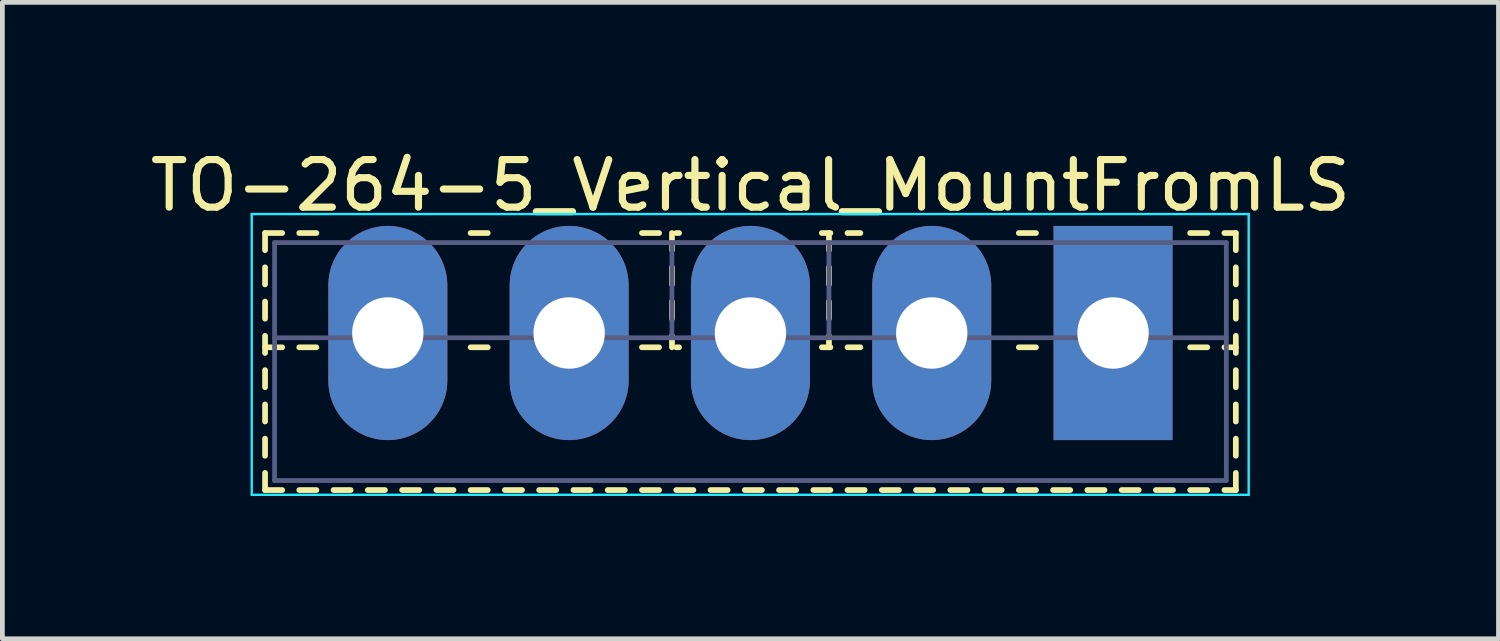
<source format=kicad_pcb>
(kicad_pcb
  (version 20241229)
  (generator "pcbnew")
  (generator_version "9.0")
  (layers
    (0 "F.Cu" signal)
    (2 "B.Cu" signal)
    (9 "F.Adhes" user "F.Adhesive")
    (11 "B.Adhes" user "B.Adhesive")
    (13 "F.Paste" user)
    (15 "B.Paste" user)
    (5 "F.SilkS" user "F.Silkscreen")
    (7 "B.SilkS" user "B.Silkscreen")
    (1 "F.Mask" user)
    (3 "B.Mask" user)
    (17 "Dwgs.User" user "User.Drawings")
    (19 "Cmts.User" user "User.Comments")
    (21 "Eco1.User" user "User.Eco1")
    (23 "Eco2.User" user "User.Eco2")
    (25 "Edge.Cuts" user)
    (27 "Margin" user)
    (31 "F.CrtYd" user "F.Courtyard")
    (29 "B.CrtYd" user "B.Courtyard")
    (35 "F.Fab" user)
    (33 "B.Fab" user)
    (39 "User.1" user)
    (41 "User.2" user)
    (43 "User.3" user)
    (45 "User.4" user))
  (footprint "TO-264-5_Vertical_MountFromLS"
    (layer "F.Cu")
    (at 20.34 3.948)
    (property "Reference" "TO-264-5_Vertical_MountFromLS" (at -7.62 -3.1 0) (layer "F.SilkS") (effects (font (size 1 1) (thickness 0.15))))
    (attr through_hole)
    (fp_line (start -17.82 -2.101) (end -17.82 -1.741) (stroke (width 0.12) (type solid)) (layer "F.SilkS"))
    (fp_line (start -17.82 -2.101) (end -17.46 -2.101) (stroke (width 0.12) (type solid)) (layer "F.SilkS"))
    (fp_line (start -17.82 -1.381) (end -17.82 -1.021) (stroke (width 0.12) (type solid)) (layer "F.SilkS"))
    (fp_line (start -17.82 -0.661) (end -17.82 -0.301) (stroke (width 0.12) (type solid)) (layer "F.SilkS"))
    (fp_line (start -17.82 0.06) (end -17.82 0.42) (stroke (width 0.12) (type solid)) (layer "F.SilkS"))
    (fp_line (start -17.82 0.3) (end -17.46 0.3) (stroke (width 0.12) (type solid)) (layer "F.SilkS"))
    (fp_line (start -17.82 0.78) (end -17.82 1.14) (stroke (width 0.12) (type solid)) (layer "F.SilkS"))
    (fp_line (start -17.82 1.5) (end -17.82 1.86) (stroke (width 0.12) (type solid)) (layer "F.SilkS"))
    (fp_line (start -17.82 2.22) (end -17.82 2.58) (stroke (width 0.12) (type solid)) (layer "F.SilkS"))
    (fp_line (start -17.82 2.94) (end -17.82 3.3) (stroke (width 0.12) (type solid)) (layer "F.SilkS"))
    (fp_line (start -17.82 3.3) (end -17.46 3.3) (stroke (width 0.12) (type solid)) (layer "F.SilkS"))
    (fp_line (start -17.101 -2.101) (end -16.741 -2.101) (stroke (width 0.12) (type solid)) (layer "F.SilkS"))
    (fp_line (start -17.101 0.3) (end -16.741 0.3) (stroke (width 0.12) (type solid)) (layer "F.SilkS"))
    (fp_line (start -17.101 3.3) (end -16.741 3.3) (stroke (width 0.12) (type solid)) (layer "F.SilkS"))
    (fp_line (start -16.381 3.3) (end -16.021 3.3) (stroke (width 0.12) (type solid)) (layer "F.SilkS"))
    (fp_line (start -15.661 3.3) (end -15.301 3.3) (stroke (width 0.12) (type solid)) (layer "F.SilkS"))
    (fp_line (start -14.94 3.3) (end -14.58 3.3) (stroke (width 0.12) (type solid)) (layer "F.SilkS"))
    (fp_line (start -14.22 3.3) (end -13.86 3.3) (stroke (width 0.12) (type solid)) (layer "F.SilkS"))
    (fp_line (start -13.5 -2.101) (end -13.14 -2.101) (stroke (width 0.12) (type solid)) (layer "F.SilkS"))
    (fp_line (start -13.5 0.3) (end -13.14 0.3) (stroke (width 0.12) (type solid)) (layer "F.SilkS"))
    (fp_line (start -13.5 3.3) (end -13.14 3.3) (stroke (width 0.12) (type solid)) (layer "F.SilkS"))
    (fp_line (start -12.78 3.3) (end -12.42 3.3) (stroke (width 0.12) (type solid)) (layer "F.SilkS"))
    (fp_line (start -12.06 3.3) (end -11.7 3.3) (stroke (width 0.12) (type solid)) (layer "F.SilkS"))
    (fp_line (start -11.34 3.3) (end -10.98 3.3) (stroke (width 0.12) (type solid)) (layer "F.SilkS"))
    (fp_line (start -10.62 3.3) (end -10.26 3.3) (stroke (width 0.12) (type solid)) (layer "F.SilkS"))
    (fp_line (start -9.9 -2.101) (end -9.54 -2.101) (stroke (width 0.12) (type solid)) (layer "F.SilkS"))
    (fp_line (start -9.9 0.3) (end -9.54 0.3) (stroke (width 0.12) (type solid)) (layer "F.SilkS"))
    (fp_line (start -9.9 3.3) (end -9.54 3.3) (stroke (width 0.12) (type solid)) (layer "F.SilkS"))
    (fp_line (start -9.269 -2.101) (end -9.269 -1.741) (stroke (width 0.12) (type solid)) (layer "F.SilkS"))
    (fp_line (start -9.269 -1.381) (end -9.269 -1.021) (stroke (width 0.12) (type solid)) (layer "F.SilkS"))
    (fp_line (start -9.269 -0.661) (end -9.269 -0.301) (stroke (width 0.12) (type solid)) (layer "F.SilkS"))
    (fp_line (start -9.269 0.06) (end -9.269 0.3) (stroke (width 0.12) (type solid)) (layer "F.SilkS"))
    (fp_line (start -9.18 -2.101) (end -9.12 -2.101) (stroke (width 0.12) (type solid)) (layer "F.SilkS"))
    (fp_line (start -9.18 0.3) (end -9.12 0.3) (stroke (width 0.12) (type solid)) (layer "F.SilkS"))
    (fp_line (start -9.18 3.3) (end -8.819 3.3) (stroke (width 0.12) (type solid)) (layer "F.SilkS"))
    (fp_line (start -8.459 3.3) (end -8.099 3.3) (stroke (width 0.12) (type solid)) (layer "F.SilkS"))
    (fp_line (start -7.739 3.3) (end -7.379 3.3) (stroke (width 0.12) (type solid)) (layer "F.SilkS"))
    (fp_line (start -7.019 3.3) (end -6.659 3.3) (stroke (width 0.12) (type solid)) (layer "F.SilkS"))
    (fp_line (start -6.299 3.3) (end -5.94 3.3) (stroke (width 0.12) (type solid)) (layer "F.SilkS"))
    (fp_line (start -6.12 -2.101) (end -5.94 -2.101) (stroke (width 0.12) (type solid)) (layer "F.SilkS"))
    (fp_line (start -6.12 0.3) (end -5.94 0.3) (stroke (width 0.12) (type solid)) (layer "F.SilkS"))
    (fp_line (start -5.97 -2.101) (end -5.97 -1.741) (stroke (width 0.12) (type solid)) (layer "F.SilkS"))
    (fp_line (start -5.97 -1.381) (end -5.97 -1.021) (stroke (width 0.12) (type solid)) (layer "F.SilkS"))
    (fp_line (start -5.97 -0.661) (end -5.97 -0.301) (stroke (width 0.12) (type solid)) (layer "F.SilkS"))
    (fp_line (start -5.97 0.06) (end -5.97 0.3) (stroke (width 0.12) (type solid)) (layer "F.SilkS"))
    (fp_line (start -5.58 -2.101) (end -5.31 -2.101) (stroke (width 0.12) (type solid)) (layer "F.SilkS"))
    (fp_line (start -5.58 0.3) (end -5.31 0.3) (stroke (width 0.12) (type solid)) (layer "F.SilkS"))
    (fp_line (start -5.58 3.3) (end -5.22 3.3) (stroke (width 0.12) (type solid)) (layer "F.SilkS"))
    (fp_line (start -4.86 3.3) (end -4.5 3.3) (stroke (width 0.12) (type solid)) (layer "F.SilkS"))
    (fp_line (start -4.14 3.3) (end -3.78 3.3) (stroke (width 0.12) (type solid)) (layer "F.SilkS"))
    (fp_line (start -3.42 3.3) (end -3.06 3.3) (stroke (width 0.12) (type solid)) (layer "F.SilkS"))
    (fp_line (start -2.7 3.3) (end -2.34 3.3) (stroke (width 0.12) (type solid)) (layer "F.SilkS"))
    (fp_line (start -1.98 -2.101) (end -1.62 -2.101) (stroke (width 0.12) (type solid)) (layer "F.SilkS"))
    (fp_line (start -1.98 0.3) (end -1.62 0.3) (stroke (width 0.12) (type solid)) (layer "F.SilkS"))
    (fp_line (start -1.98 3.3) (end -1.62 3.3) (stroke (width 0.12) (type solid)) (layer "F.SilkS"))
    (fp_line (start -1.26 3.3) (end -0.9 3.3) (stroke (width 0.12) (type solid)) (layer "F.SilkS"))
    (fp_line (start -0.54 3.3) (end -0.18 3.3) (stroke (width 0.12) (type solid)) (layer "F.SilkS"))
    (fp_line (start 0.18 3.3) (end 0.54 3.3) (stroke (width 0.12) (type solid)) (layer "F.SilkS"))
    (fp_line (start 0.9 3.3) (end 1.26 3.3) (stroke (width 0.12) (type solid)) (layer "F.SilkS"))
    (fp_line (start 1.62 -2.101) (end 1.98 -2.101) (stroke (width 0.12) (type solid)) (layer "F.SilkS"))
    (fp_line (start 1.62 0.3) (end 1.98 0.3) (stroke (width 0.12) (type solid)) (layer "F.SilkS"))
    (fp_line (start 1.62 3.3) (end 1.98 3.3) (stroke (width 0.12) (type solid)) (layer "F.SilkS"))
    (fp_line (start 2.34 -2.101) (end 2.58 -2.101) (stroke (width 0.12) (type solid)) (layer "F.SilkS"))
    (fp_line (start 2.34 0.3) (end 2.58 0.3) (stroke (width 0.12) (type solid)) (layer "F.SilkS"))
    (fp_line (start 2.34 3.3) (end 2.58 3.3) (stroke (width 0.12) (type solid)) (layer "F.SilkS"))
    (fp_line (start 2.58 -2.101) (end 2.58 -1.741) (stroke (width 0.12) (type solid)) (layer "F.SilkS"))
    (fp_line (start 2.58 -1.381) (end 2.58 -1.021) (stroke (width 0.12) (type solid)) (layer "F.SilkS"))
    (fp_line (start 2.58 -0.661) (end 2.58 -0.301) (stroke (width 0.12) (type solid)) (layer "F.SilkS"))
    (fp_line (start 2.58 0.06) (end 2.58 0.42) (stroke (width 0.12) (type solid)) (layer "F.SilkS"))
    (fp_line (start 2.58 0.78) (end 2.58 1.14) (stroke (width 0.12) (type solid)) (layer "F.SilkS"))
    (fp_line (start 2.58 1.5) (end 2.58 1.86) (stroke (width 0.12) (type solid)) (layer "F.SilkS"))
    (fp_line (start 2.58 2.22) (end 2.58 2.58) (stroke (width 0.12) (type solid)) (layer "F.SilkS"))
    (fp_line (start 2.58 2.94) (end 2.58 3.3) (stroke (width 0.12) (type solid)) (layer "F.SilkS"))
    (fp_line (start -18.1 -2.5) (end -18.1 3.4) (stroke (width 0.05) (type solid)) (layer "B.CrtYd"))
    (fp_line (start -18.1 3.4) (end 2.85 3.4) (stroke (width 0.05) (type solid)) (layer "B.CrtYd"))
    (fp_line (start 2.85 -2.5) (end -18.1 -2.5) (stroke (width 0.05) (type solid)) (layer "B.CrtYd"))
    (fp_line (start 2.85 3.4) (end 2.85 -2.5) (stroke (width 0.05) (type solid)) (layer "B.CrtYd"))
    (fp_line (start -17.62 -1.9) (end -17.62 3.1) (stroke (width 0.1) (type solid)) (layer "B.Fab"))
    (fp_line (start -17.62 0.1) (end 2.38 0.1) (stroke (width 0.1) (type solid)) (layer "B.Fab"))
    (fp_line (start -17.62 3.1) (end 2.38 3.1) (stroke (width 0.1) (type solid)) (layer "B.Fab"))
    (fp_line (start -9.27 -1.9) (end -9.27 0.1) (stroke (width 0.1) (type solid)) (layer "B.Fab"))
    (fp_line (start -5.97 -1.9) (end -5.97 0.1) (stroke (width 0.1) (type solid)) (layer "B.Fab"))
    (fp_line (start 2.38 -1.9) (end -17.62 -1.9) (stroke (width 0.1) (type solid)) (layer "B.Fab"))
    (fp_line (start 2.38 3.1) (end 2.38 -1.9) (stroke (width 0.1) (type solid)) (layer "B.Fab"))
    (pad "1" thru_hole rect (at 0 0) (size 2.5 4.5) (drill 1.5) (layers "*.Cu" "*.Mask"))
    (pad "2" thru_hole oval (at -3.81 0) (size 2.5 4.5) (drill 1.5) (layers "*.Cu" "*.Mask"))
    (pad "3" thru_hole oval (at -7.62 0) (size 2.5 4.5) (drill 1.5) (layers "*.Cu" "*.Mask"))
    (pad "4" thru_hole oval (at -11.43 0) (size 2.5 4.5) (drill 1.5) (layers "*.Cu" "*.Mask"))
    (pad "5" thru_hole oval (at -15.24 0) (size 2.5 4.5) (drill 1.5) (layers "*.Cu" "*.Mask")))
  (gr_rect
    (start -3 -3)
    (end 28.44 10.373)
    (stroke (width 0.1) (type default))
    (fill no)
    (layer "Edge.Cuts")))
</source>
